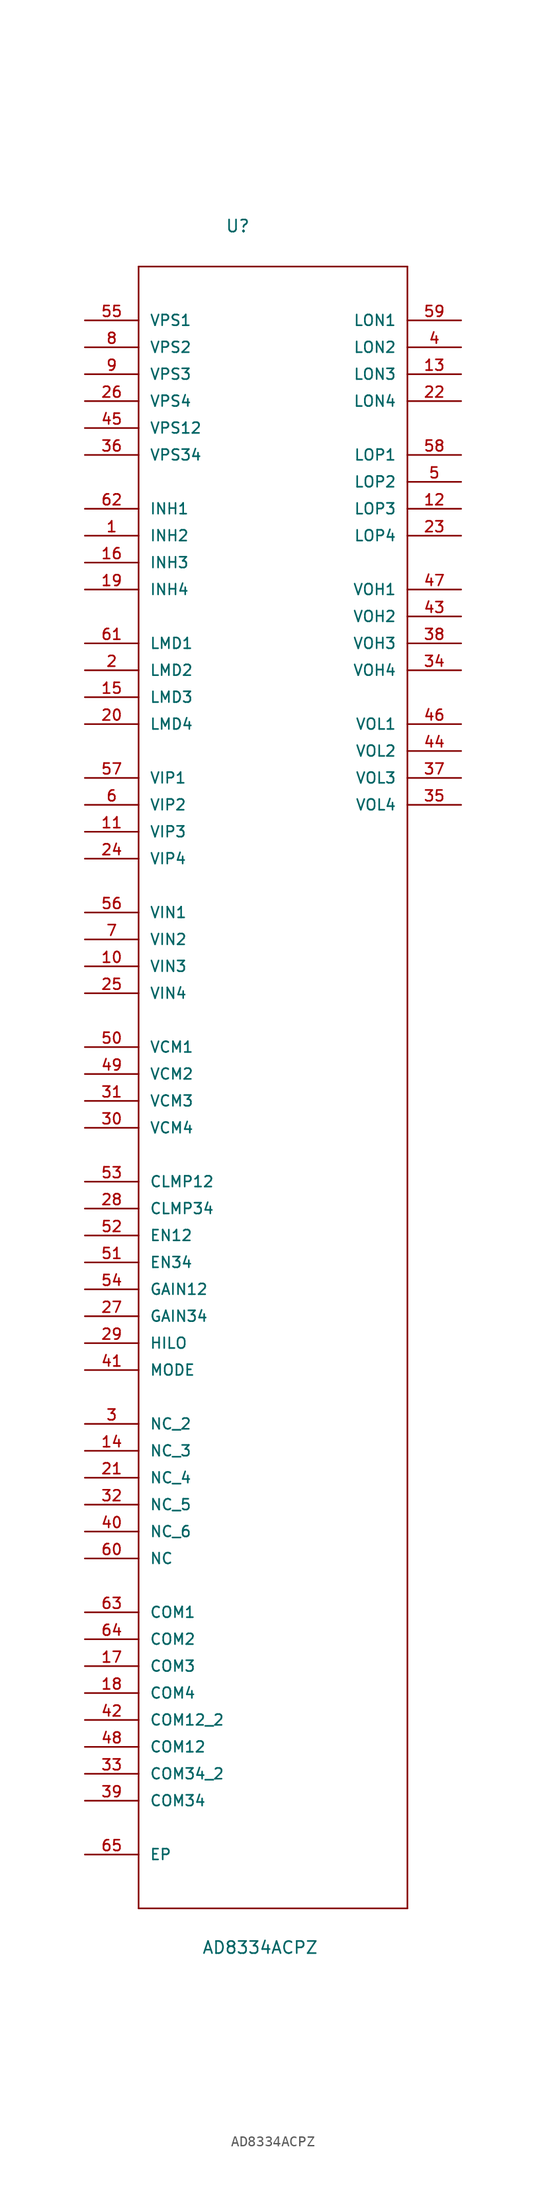
<source format=kicad_sym>
(kicad_symbol_lib
  (version 20211014)
  (generator kicad_symbol_editor)
  (symbol "AD8334ACPZ"
    (pin_names
      (offset 1.016))
    (property "Reference" "U"
      (at -4.521 76.81 0)
      (effects (font (size 1.143 1.143)) (justify left bottom)))
    (property "Value" "AD8334ACPZ"
      (at -6.731 -85.649 0)
      (effects (font (size 1.143 1.143)) (justify left bottom)))
    (property "ki_locked" ""
      (at 0 0 0)
      (effects (font (size 1.27 1.27))))
    (symbol "AD8334ACPZ_1_0"
      (polyline (pts (xy -12.7 -81.28) (xy 12.7 -81.28)) (stroke (width 0) (type default) (color 0 0 0 0)) (fill (type none)))
      (polyline (pts (xy -12.7 73.66) (xy -12.7 -81.28)) (stroke (width 0) (type default) (color 0 0 0 0)) (fill (type none)))
      (polyline (pts (xy 12.7 -81.28) (xy 12.7 73.66)) (stroke (width 0) (type default) (color 0 0 0 0)) (fill (type none)))
      (polyline (pts (xy 12.7 73.66) (xy -12.7 73.66)) (stroke (width 0) (type default) (color 0 0 0 0)) (fill (type none))))
    (symbol "AD8334ACPZ_1_1"
      (pin input line (at -17.78 48.26 0) (length 5.08) (name "INH2" (effects (font (size 1.016 1.016)))) (number "1" (effects (font (size 1.016 1.016)))))
      (pin input line (at -17.78 7.62 0) (length 5.08) (name "VIN3" (effects (font (size 1.016 1.016)))) (number "10" (effects (font (size 1.016 1.016)))))
      (pin input line (at -17.78 20.32 0) (length 5.08) (name "VIP3" (effects (font (size 1.016 1.016)))) (number "11" (effects (font (size 1.016 1.016)))))
      (pin output line (at 17.78 50.8 180) (length 5.08) (name "LOP3" (effects (font (size 1.016 1.016)))) (number "12" (effects (font (size 1.016 1.016)))))
      (pin output line (at 17.78 63.5 180) (length 5.08) (name "LON3" (effects (font (size 1.016 1.016)))) (number "13" (effects (font (size 1.016 1.016)))))
      (pin unspecified line (at -17.78 -38.1 0) (length 5.08) (name "NC_3" (effects (font (size 1.016 1.016)))) (number "14" (effects (font (size 1.016 1.016)))))
      (pin input line (at -17.78 33.02 0) (length 5.08) (name "LMD3" (effects (font (size 1.016 1.016)))) (number "15" (effects (font (size 1.016 1.016)))))
      (pin input line (at -17.78 45.72 0) (length 5.08) (name "INH3" (effects (font (size 1.016 1.016)))) (number "16" (effects (font (size 1.016 1.016)))))
      (pin passive line (at -17.78 -58.42 0) (length 5.08) (name "COM3" (effects (font (size 1.016 1.016)))) (number "17" (effects (font (size 1.016 1.016)))))
      (pin passive line (at -17.78 -60.96 0) (length 5.08) (name "COM4" (effects (font (size 1.016 1.016)))) (number "18" (effects (font (size 1.016 1.016)))))
      (pin input line (at -17.78 43.18 0) (length 5.08) (name "INH4" (effects (font (size 1.016 1.016)))) (number "19" (effects (font (size 1.016 1.016)))))
      (pin input line (at -17.78 35.56 0) (length 5.08) (name "LMD2" (effects (font (size 1.016 1.016)))) (number "2" (effects (font (size 1.016 1.016)))))
      (pin input line (at -17.78 30.48 0) (length 5.08) (name "LMD4" (effects (font (size 1.016 1.016)))) (number "20" (effects (font (size 1.016 1.016)))))
      (pin unspecified line (at -17.78 -40.64 0) (length 5.08) (name "NC_4" (effects (font (size 1.016 1.016)))) (number "21" (effects (font (size 1.016 1.016)))))
      (pin output line (at 17.78 60.96 180) (length 5.08) (name "LON4" (effects (font (size 1.016 1.016)))) (number "22" (effects (font (size 1.016 1.016)))))
      (pin output line (at 17.78 48.26 180) (length 5.08) (name "LOP4" (effects (font (size 1.016 1.016)))) (number "23" (effects (font (size 1.016 1.016)))))
      (pin input line (at -17.78 17.78 0) (length 5.08) (name "VIP4" (effects (font (size 1.016 1.016)))) (number "24" (effects (font (size 1.016 1.016)))))
      (pin input line (at -17.78 5.08 0) (length 5.08) (name "VIN4" (effects (font (size 1.016 1.016)))) (number "25" (effects (font (size 1.016 1.016)))))
      (pin power_in line (at -17.78 60.96 0) (length 5.08) (name "VPS4" (effects (font (size 1.016 1.016)))) (number "26" (effects (font (size 1.016 1.016)))))
      (pin input line (at -17.78 -25.4 0) (length 5.08) (name "GAIN34" (effects (font (size 1.016 1.016)))) (number "27" (effects (font (size 1.016 1.016)))))
      (pin input line (at -17.78 -15.24 0) (length 5.08) (name "CLMP34" (effects (font (size 1.016 1.016)))) (number "28" (effects (font (size 1.016 1.016)))))
      (pin input line (at -17.78 -27.94 0) (length 5.08) (name "HILO" (effects (font (size 1.016 1.016)))) (number "29" (effects (font (size 1.016 1.016)))))
      (pin unspecified line (at -17.78 -35.56 0) (length 5.08) (name "NC_2" (effects (font (size 1.016 1.016)))) (number "3" (effects (font (size 1.016 1.016)))))
      (pin passive line (at -17.78 -7.62 0) (length 5.08) (name "VCM4" (effects (font (size 1.016 1.016)))) (number "30" (effects (font (size 1.016 1.016)))))
      (pin passive line (at -17.78 -5.08 0) (length 5.08) (name "VCM3" (effects (font (size 1.016 1.016)))) (number "31" (effects (font (size 1.016 1.016)))))
      (pin unspecified line (at -17.78 -43.18 0) (length 5.08) (name "NC_5" (effects (font (size 1.016 1.016)))) (number "32" (effects (font (size 1.016 1.016)))))
      (pin passive line (at -17.78 -68.58 0) (length 5.08) (name "COM34_2" (effects (font (size 1.016 1.016)))) (number "33" (effects (font (size 1.016 1.016)))))
      (pin output line (at 17.78 35.56 180) (length 5.08) (name "VOH4" (effects (font (size 1.016 1.016)))) (number "34" (effects (font (size 1.016 1.016)))))
      (pin output line (at 17.78 22.86 180) (length 5.08) (name "VOL4" (effects (font (size 1.016 1.016)))) (number "35" (effects (font (size 1.016 1.016)))))
      (pin power_in line (at -17.78 55.88 0) (length 5.08) (name "VPS34" (effects (font (size 1.016 1.016)))) (number "36" (effects (font (size 1.016 1.016)))))
      (pin output line (at 17.78 25.4 180) (length 5.08) (name "VOL3" (effects (font (size 1.016 1.016)))) (number "37" (effects (font (size 1.016 1.016)))))
      (pin output line (at 17.78 38.1 180) (length 5.08) (name "VOH3" (effects (font (size 1.016 1.016)))) (number "38" (effects (font (size 1.016 1.016)))))
      (pin passive line (at -17.78 -71.12 0) (length 5.08) (name "COM34" (effects (font (size 1.016 1.016)))) (number "39" (effects (font (size 1.016 1.016)))))
      (pin output line (at 17.78 66.04 180) (length 5.08) (name "LON2" (effects (font (size 1.016 1.016)))) (number "4" (effects (font (size 1.016 1.016)))))
      (pin unspecified line (at -17.78 -45.72 0) (length 5.08) (name "NC_6" (effects (font (size 1.016 1.016)))) (number "40" (effects (font (size 1.016 1.016)))))
      (pin input line (at -17.78 -30.48 0) (length 5.08) (name "MODE" (effects (font (size 1.016 1.016)))) (number "41" (effects (font (size 1.016 1.016)))))
      (pin passive line (at -17.78 -63.5 0) (length 5.08) (name "COM12_2" (effects (font (size 1.016 1.016)))) (number "42" (effects (font (size 1.016 1.016)))))
      (pin output line (at 17.78 40.64 180) (length 5.08) (name "VOH2" (effects (font (size 1.016 1.016)))) (number "43" (effects (font (size 1.016 1.016)))))
      (pin output line (at 17.78 27.94 180) (length 5.08) (name "VOL2" (effects (font (size 1.016 1.016)))) (number "44" (effects (font (size 1.016 1.016)))))
      (pin power_in line (at -17.78 58.42 0) (length 5.08) (name "VPS12" (effects (font (size 1.016 1.016)))) (number "45" (effects (font (size 1.016 1.016)))))
      (pin output line (at 17.78 30.48 180) (length 5.08) (name "VOL1" (effects (font (size 1.016 1.016)))) (number "46" (effects (font (size 1.016 1.016)))))
      (pin output line (at 17.78 43.18 180) (length 5.08) (name "VOH1" (effects (font (size 1.016 1.016)))) (number "47" (effects (font (size 1.016 1.016)))))
      (pin passive line (at -17.78 -66.04 0) (length 5.08) (name "COM12" (effects (font (size 1.016 1.016)))) (number "48" (effects (font (size 1.016 1.016)))))
      (pin passive line (at -17.78 -2.54 0) (length 5.08) (name "VCM2" (effects (font (size 1.016 1.016)))) (number "49" (effects (font (size 1.016 1.016)))))
      (pin output line (at 17.78 53.34 180) (length 5.08) (name "LOP2" (effects (font (size 1.016 1.016)))) (number "5" (effects (font (size 1.016 1.016)))))
      (pin passive line (at -17.78 0 0) (length 5.08) (name "VCM1" (effects (font (size 1.016 1.016)))) (number "50" (effects (font (size 1.016 1.016)))))
      (pin input line (at -17.78 -20.32 0) (length 5.08) (name "EN34" (effects (font (size 1.016 1.016)))) (number "51" (effects (font (size 1.016 1.016)))))
      (pin input line (at -17.78 -17.78 0) (length 5.08) (name "EN12" (effects (font (size 1.016 1.016)))) (number "52" (effects (font (size 1.016 1.016)))))
      (pin input line (at -17.78 -12.7 0) (length 5.08) (name "CLMP12" (effects (font (size 1.016 1.016)))) (number "53" (effects (font (size 1.016 1.016)))))
      (pin input line (at -17.78 -22.86 0) (length 5.08) (name "GAIN12" (effects (font (size 1.016 1.016)))) (number "54" (effects (font (size 1.016 1.016)))))
      (pin power_in line (at -17.78 68.58 0) (length 5.08) (name "VPS1" (effects (font (size 1.016 1.016)))) (number "55" (effects (font (size 1.016 1.016)))))
      (pin input line (at -17.78 12.7 0) (length 5.08) (name "VIN1" (effects (font (size 1.016 1.016)))) (number "56" (effects (font (size 1.016 1.016)))))
      (pin input line (at -17.78 25.4 0) (length 5.08) (name "VIP1" (effects (font (size 1.016 1.016)))) (number "57" (effects (font (size 1.016 1.016)))))
      (pin output line (at 17.78 55.88 180) (length 5.08) (name "LOP1" (effects (font (size 1.016 1.016)))) (number "58" (effects (font (size 1.016 1.016)))))
      (pin output line (at 17.78 68.58 180) (length 5.08) (name "LON1" (effects (font (size 1.016 1.016)))) (number "59" (effects (font (size 1.016 1.016)))))
      (pin input line (at -17.78 22.86 0) (length 5.08) (name "VIP2" (effects (font (size 1.016 1.016)))) (number "6" (effects (font (size 1.016 1.016)))))
      (pin unspecified line (at -17.78 -48.26 0) (length 5.08) (name "NC" (effects (font (size 1.016 1.016)))) (number "60" (effects (font (size 1.016 1.016)))))
      (pin input line (at -17.78 38.1 0) (length 5.08) (name "LMD1" (effects (font (size 1.016 1.016)))) (number "61" (effects (font (size 1.016 1.016)))))
      (pin input line (at -17.78 50.8 0) (length 5.08) (name "INH1" (effects (font (size 1.016 1.016)))) (number "62" (effects (font (size 1.016 1.016)))))
      (pin passive line (at -17.78 -53.34 0) (length 5.08) (name "COM1" (effects (font (size 1.016 1.016)))) (number "63" (effects (font (size 1.016 1.016)))))
      (pin passive line (at -17.78 -55.88 0) (length 5.08) (name "COM2" (effects (font (size 1.016 1.016)))) (number "64" (effects (font (size 1.016 1.016)))))
      (pin passive line (at -17.78 -76.2 0) (length 5.08) (name "EP" (effects (font (size 1.016 1.016)))) (number "65" (effects (font (size 1.016 1.016)))))
      (pin input line (at -17.78 10.16 0) (length 5.08) (name "VIN2" (effects (font (size 1.016 1.016)))) (number "7" (effects (font (size 1.016 1.016)))))
      (pin power_in line (at -17.78 66.04 0) (length 5.08) (name "VPS2" (effects (font (size 1.016 1.016)))) (number "8" (effects (font (size 1.016 1.016)))))
      (pin power_in line (at -17.78 63.5 0) (length 5.08) (name "VPS3" (effects (font (size 1.016 1.016)))) (number "9" (effects (font (size 1.016 1.016))))))))
</source>
